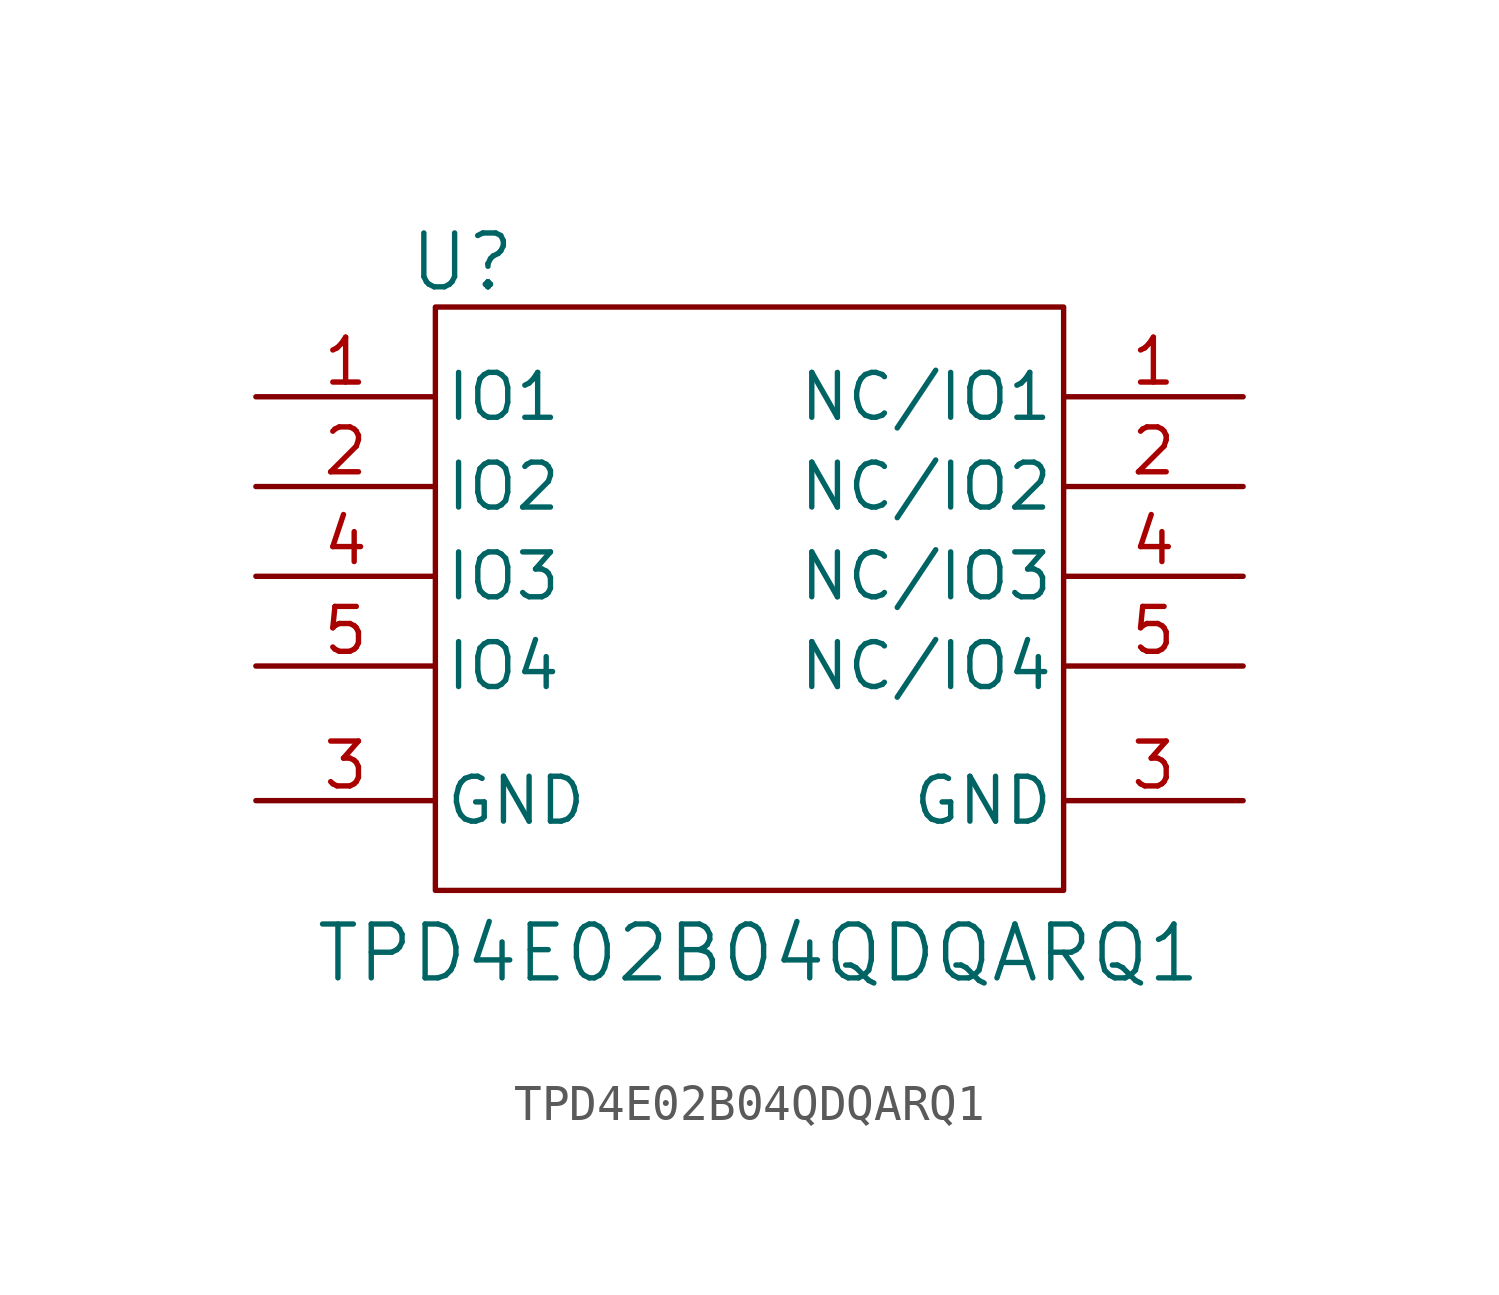
<source format=kicad_sym>
(kicad_symbol_lib
  (version 20231120)
  (generator "kicad_symbol_editor")
  (generator_version "8.0")
  (symbol "TPD4E02B04QDQARQ1"
    (pin_names
      (offset 0.254))
    (property "Reference" "U"
      (at -8.128 13.97 0)
      (effects (font (size 1.524 1.524))))
    (property "Value" "TPD4E02B04QDQARQ1"
      (at 0.254 -5.588 0)
      (effects (font (size 1.524 1.524))))
    (symbol "TPD4E02B04QDQARQ1_0_1"
      (pin power_in line (at -13.97 -1.27 0) (length 5.08) (name "GND" (effects (font (size 1.27 1.27)))) (number "3" (effects (font (size 1.27 1.27))))))
    (symbol "TPD4E02B04QDQARQ1_1_1"
      (rectangle (start -8.89 12.7) (end 8.89 -3.81) (stroke (width 0) (type default)) (fill (type none)))
      (pin passive line (at -13.97 10.16 0) (length 5.08) (name "IO1" (effects (font (size 1.27 1.27)))) (number "1" (effects (font (size 1.27 1.27)))))
      (pin passive line (at 13.97 10.16 180) (length 5.08) (name "NC/IO1" (effects (font (size 1.27 1.27)))) (number "1" (effects (font (size 1.27 1.27)))))
      (pin passive line (at -13.97 7.62 0) (length 5.08) (name "IO2" (effects (font (size 1.27 1.27)))) (number "2" (effects (font (size 1.27 1.27)))))
      (pin passive line (at 13.97 7.62 180) (length 5.08) (name "NC/IO2" (effects (font (size 1.27 1.27)))) (number "2" (effects (font (size 1.27 1.27)))))
      (pin power_in line (at 13.97 -1.27 180) (length 5.08) (name "GND" (effects (font (size 1.27 1.27)))) (number "3" (effects (font (size 1.27 1.27)))))
      (pin passive line (at -13.97 5.08 0) (length 5.08) (name "IO3" (effects (font (size 1.27 1.27)))) (number "4" (effects (font (size 1.27 1.27)))))
      (pin passive line (at 13.97 5.08 180) (length 5.08) (name "NC/IO3" (effects (font (size 1.27 1.27)))) (number "4" (effects (font (size 1.27 1.27)))))
      (pin passive line (at -13.97 2.54 0) (length 5.08) (name "IO4" (effects (font (size 1.27 1.27)))) (number "5" (effects (font (size 1.27 1.27)))))
      (pin passive line (at 13.97 2.54 180) (length 5.08) (name "NC/IO4" (effects (font (size 1.27 1.27)))) (number "5" (effects (font (size 1.27 1.27))))))))
</source>
